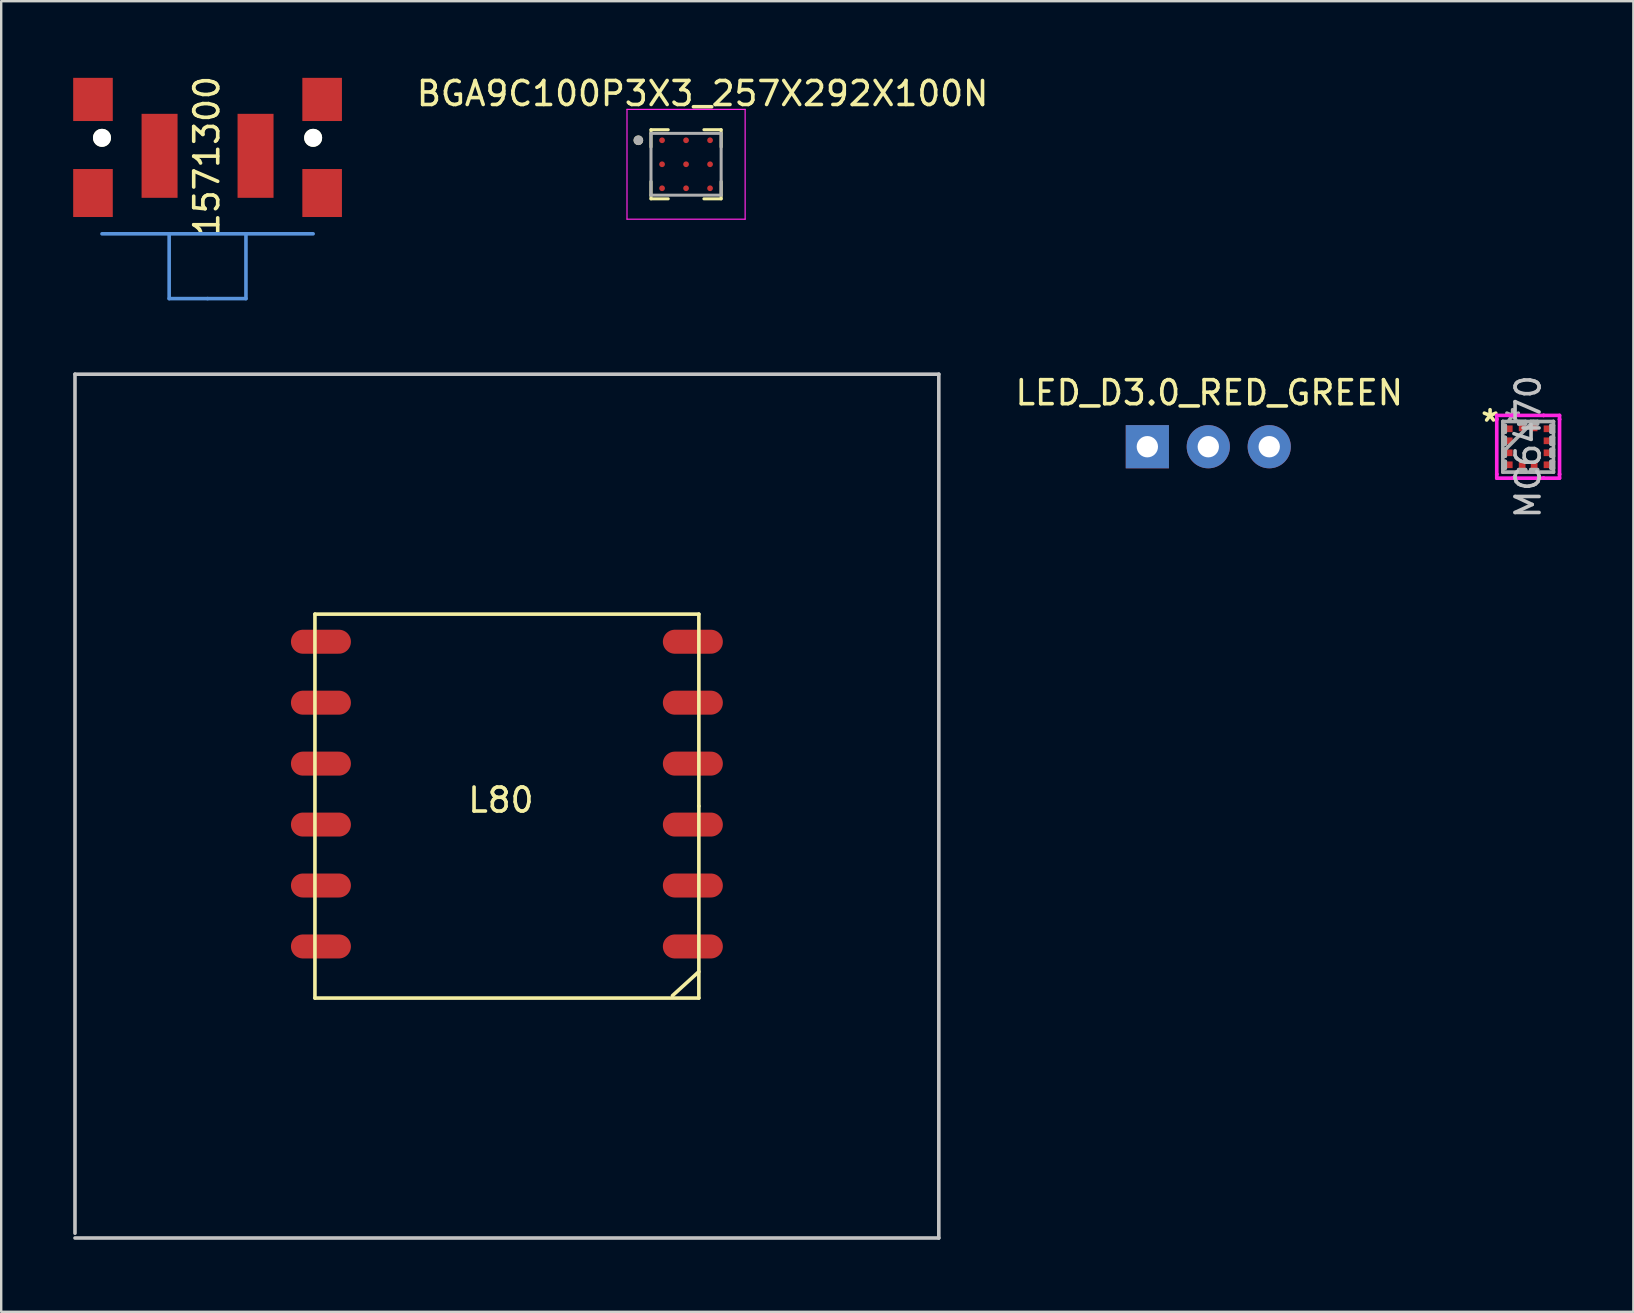
<source format=kicad_pcb>
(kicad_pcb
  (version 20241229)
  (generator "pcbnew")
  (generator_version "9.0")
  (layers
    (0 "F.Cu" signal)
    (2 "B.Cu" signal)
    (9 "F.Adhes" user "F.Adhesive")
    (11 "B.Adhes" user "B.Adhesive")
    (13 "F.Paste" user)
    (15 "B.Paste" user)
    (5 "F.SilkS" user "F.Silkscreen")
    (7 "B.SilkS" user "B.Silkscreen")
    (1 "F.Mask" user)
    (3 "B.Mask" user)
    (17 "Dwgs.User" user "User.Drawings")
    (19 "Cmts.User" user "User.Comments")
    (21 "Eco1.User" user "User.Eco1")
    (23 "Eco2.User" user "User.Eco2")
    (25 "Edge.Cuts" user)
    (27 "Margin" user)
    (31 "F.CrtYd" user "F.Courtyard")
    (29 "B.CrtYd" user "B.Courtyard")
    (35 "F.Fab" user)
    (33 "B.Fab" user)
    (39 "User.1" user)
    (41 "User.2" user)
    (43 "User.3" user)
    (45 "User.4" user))
  (footprint "MC6470"
    (layer "F.Cu")
    (at 60.636 15.57)
    (property "Reference" "MC6470" (at 0 0 90) (layer "Dwgs.User") (effects (font (size 1 1) (thickness 0.15))))
    (attr through_hole)
    (fp_line (start -1.308 -1.308) (end -0.644 -1.308) (stroke (width 0.152) (type solid)) (layer "F.CrtYd"))
    (fp_line (start -1.308 -1.144) (end -1.308 -1.308) (stroke (width 0.152) (type solid)) (layer "F.CrtYd"))
    (fp_line (start -1.308 -1.144) (end -1.308 -1.144) (stroke (width 0.152) (type solid)) (layer "F.CrtYd"))
    (fp_line (start -1.308 1.144) (end -1.308 -1.144) (stroke (width 0.152) (type solid)) (layer "F.CrtYd"))
    (fp_line (start -1.308 1.144) (end -1.308 1.144) (stroke (width 0.152) (type solid)) (layer "F.CrtYd"))
    (fp_line (start -1.308 1.308) (end -1.308 1.144) (stroke (width 0.152) (type solid)) (layer "F.CrtYd"))
    (fp_line (start -0.644 -1.308) (end -0.644 -1.308) (stroke (width 0.152) (type solid)) (layer "F.CrtYd"))
    (fp_line (start -0.644 -1.308) (end 0.644 -1.308) (stroke (width 0.152) (type solid)) (layer "F.CrtYd"))
    (fp_line (start -0.644 1.308) (end -1.308 1.308) (stroke (width 0.152) (type solid)) (layer "F.CrtYd"))
    (fp_line (start -0.644 1.308) (end -0.644 1.308) (stroke (width 0.152) (type solid)) (layer "F.CrtYd"))
    (fp_line (start 0.644 -1.308) (end 0.644 -1.308) (stroke (width 0.152) (type solid)) (layer "F.CrtYd"))
    (fp_line (start 0.644 -1.308) (end 1.308 -1.308) (stroke (width 0.152) (type solid)) (layer "F.CrtYd"))
    (fp_line (start 0.644 1.308) (end -0.644 1.308) (stroke (width 0.152) (type solid)) (layer "F.CrtYd"))
    (fp_line (start 0.644 1.308) (end 0.644 1.308) (stroke (width 0.152) (type solid)) (layer "F.CrtYd"))
    (fp_line (start 1.308 -1.308) (end 1.308 -1.144) (stroke (width 0.152) (type solid)) (layer "F.CrtYd"))
    (fp_line (start 1.308 -1.144) (end 1.308 -1.144) (stroke (width 0.152) (type solid)) (layer "F.CrtYd"))
    (fp_line (start 1.308 -1.144) (end 1.308 1.144) (stroke (width 0.152) (type solid)) (layer "F.CrtYd"))
    (fp_line (start 1.308 1.144) (end 1.308 1.144) (stroke (width 0.152) (type solid)) (layer "F.CrtYd"))
    (fp_line (start 1.308 1.144) (end 1.308 1.308) (stroke (width 0.152) (type solid)) (layer "F.CrtYd"))
    (fp_line (start 1.308 1.308) (end 0.644 1.308) (stroke (width 0.152) (type solid)) (layer "F.CrtYd"))
    (fp_line (start -1.054 -1.054) (end -1.054 -1.054) (stroke (width 0.152) (type solid)) (layer "F.Fab"))
    (fp_line (start -1.054 -1.054) (end -1.054 1.054) (stroke (width 0.152) (type solid)) (layer "F.Fab"))
    (fp_line (start -1.054 -0.89) (end -0.953 -0.89) (stroke (width 0.152) (type solid)) (layer "F.Fab"))
    (fp_line (start -1.054 -0.61) (end -1.054 -0.89) (stroke (width 0.152) (type solid)) (layer "F.Fab"))
    (fp_line (start -1.054 -0.39) (end -0.953 -0.39) (stroke (width 0.152) (type solid)) (layer "F.Fab"))
    (fp_line (start -1.054 -0.11) (end -1.054 -0.39) (stroke (width 0.152) (type solid)) (layer "F.Fab"))
    (fp_line (start -1.054 0.11) (end -0.953 0.11) (stroke (width 0.152) (type solid)) (layer "F.Fab"))
    (fp_line (start -1.054 0.216) (end 0.216 -1.054) (stroke (width 0.152) (type solid)) (layer "F.Fab"))
    (fp_line (start -1.054 0.39) (end -1.054 0.11) (stroke (width 0.152) (type solid)) (layer "F.Fab"))
    (fp_line (start -1.054 0.61) (end -0.953 0.61) (stroke (width 0.152) (type solid)) (layer "F.Fab"))
    (fp_line (start -1.054 0.89) (end -1.054 0.61) (stroke (width 0.152) (type solid)) (layer "F.Fab"))
    (fp_line (start -1.054 1.054) (end -1.054 1.054) (stroke (width 0.152) (type solid)) (layer "F.Fab"))
    (fp_line (start -1.054 1.054) (end 1.054 1.054) (stroke (width 0.152) (type solid)) (layer "F.Fab"))
    (fp_line (start -0.953 -0.89) (end -0.953 -0.61) (stroke (width 0.152) (type solid)) (layer "F.Fab"))
    (fp_line (start -0.953 -0.61) (end -1.054 -0.61) (stroke (width 0.152) (type solid)) (layer "F.Fab"))
    (fp_line (start -0.953 -0.39) (end -0.953 -0.11) (stroke (width 0.152) (type solid)) (layer "F.Fab"))
    (fp_line (start -0.953 -0.11) (end -1.054 -0.11) (stroke (width 0.152) (type solid)) (layer "F.Fab"))
    (fp_line (start -0.953 0.11) (end -0.953 0.39) (stroke (width 0.152) (type solid)) (layer "F.Fab"))
    (fp_line (start -0.953 0.39) (end -1.054 0.39) (stroke (width 0.152) (type solid)) (layer "F.Fab"))
    (fp_line (start -0.953 0.61) (end -0.953 0.89) (stroke (width 0.152) (type solid)) (layer "F.Fab"))
    (fp_line (start -0.953 0.89) (end -1.054 0.89) (stroke (width 0.152) (type solid)) (layer "F.Fab"))
    (fp_line (start -0.39 -1.054) (end -0.11 -1.054) (stroke (width 0.152) (type solid)) (layer "F.Fab"))
    (fp_line (start -0.39 -0.953) (end -0.39 -1.054) (stroke (width 0.152) (type solid)) (layer "F.Fab"))
    (fp_line (start -0.39 0.953) (end -0.11 0.953) (stroke (width 0.152) (type solid)) (layer "F.Fab"))
    (fp_line (start -0.39 1.054) (end -0.39 0.953) (stroke (width 0.152) (type solid)) (layer "F.Fab"))
    (fp_line (start -0.11 -1.054) (end -0.11 -0.953) (stroke (width 0.152) (type solid)) (layer "F.Fab"))
    (fp_line (start -0.11 -0.953) (end -0.39 -0.953) (stroke (width 0.152) (type solid)) (layer "F.Fab"))
    (fp_line (start -0.11 0.953) (end -0.11 1.054) (stroke (width 0.152) (type solid)) (layer "F.Fab"))
    (fp_line (start -0.11 1.054) (end -0.39 1.054) (stroke (width 0.152) (type solid)) (layer "F.Fab"))
    (fp_line (start 0.11 -1.054) (end 0.39 -1.054) (stroke (width 0.152) (type solid)) (layer "F.Fab"))
    (fp_line (start 0.11 -0.953) (end 0.11 -1.054) (stroke (width 0.152) (type solid)) (layer "F.Fab"))
    (fp_line (start 0.11 0.953) (end 0.39 0.953) (stroke (width 0.152) (type solid)) (layer "F.Fab"))
    (fp_line (start 0.11 1.054) (end 0.11 0.953) (stroke (width 0.152) (type solid)) (layer "F.Fab"))
    (fp_line (start 0.39 -1.054) (end 0.39 -0.953) (stroke (width 0.152) (type solid)) (layer "F.Fab"))
    (fp_line (start 0.39 -0.953) (end 0.11 -0.953) (stroke (width 0.152) (type solid)) (layer "F.Fab"))
    (fp_line (start 0.39 0.953) (end 0.39 1.054) (stroke (width 0.152) (type solid)) (layer "F.Fab"))
    (fp_line (start 0.39 1.054) (end 0.11 1.054) (stroke (width 0.152) (type solid)) (layer "F.Fab"))
    (fp_line (start 0.953 -0.89) (end 1.054 -0.89) (stroke (width 0.152) (type solid)) (layer "F.Fab"))
    (fp_line (start 0.953 -0.61) (end 0.953 -0.89) (stroke (width 0.152) (type solid)) (layer "F.Fab"))
    (fp_line (start 0.953 -0.39) (end 1.054 -0.39) (stroke (width 0.152) (type solid)) (layer "F.Fab"))
    (fp_line (start 0.953 -0.11) (end 0.953 -0.39) (stroke (width 0.152) (type solid)) (layer "F.Fab"))
    (fp_line (start 0.953 0.11) (end 1.054 0.11) (stroke (width 0.152) (type solid)) (layer "F.Fab"))
    (fp_line (start 0.953 0.39) (end 0.953 0.11) (stroke (width 0.152) (type solid)) (layer "F.Fab"))
    (fp_line (start 0.953 0.61) (end 1.054 0.61) (stroke (width 0.152) (type solid)) (layer "F.Fab"))
    (fp_line (start 0.953 0.89) (end 0.953 0.61) (stroke (width 0.152) (type solid)) (layer "F.Fab"))
    (fp_line (start 1.054 -1.054) (end -1.054 -1.054) (stroke (width 0.152) (type solid)) (layer "F.Fab"))
    (fp_line (start 1.054 -1.054) (end 1.054 -1.054) (stroke (width 0.152) (type solid)) (layer "F.Fab"))
    (fp_line (start 1.054 -0.89) (end 1.054 -0.61) (stroke (width 0.152) (type solid)) (layer "F.Fab"))
    (fp_line (start 1.054 -0.61) (end 0.953 -0.61) (stroke (width 0.152) (type solid)) (layer "F.Fab"))
    (fp_line (start 1.054 -0.39) (end 1.054 -0.11) (stroke (width 0.152) (type solid)) (layer "F.Fab"))
    (fp_line (start 1.054 -0.11) (end 0.953 -0.11) (stroke (width 0.152) (type solid)) (layer "F.Fab"))
    (fp_line (start 1.054 0.11) (end 1.054 0.39) (stroke (width 0.152) (type solid)) (layer "F.Fab"))
    (fp_line (start 1.054 0.39) (end 0.953 0.39) (stroke (width 0.152) (type solid)) (layer "F.Fab"))
    (fp_line (start 1.054 0.61) (end 1.054 0.89) (stroke (width 0.152) (type solid)) (layer "F.Fab"))
    (fp_line (start 1.054 0.89) (end 0.953 0.89) (stroke (width 0.152) (type solid)) (layer "F.Fab"))
    (fp_line (start 1.054 1.054) (end 1.054 -1.054) (stroke (width 0.152) (type solid)) (layer "F.Fab"))
    (fp_line (start 1.054 1.054) (end 1.054 1.054) (stroke (width 0.152) (type solid)) (layer "F.Fab"))
    (fp_text user "*" (at -1.587 -1 0) (layer "F.SilkS") (effects (font (size 1 1) (thickness 0.15))))
    (fp_text user "*" (at -0.648 -1 0) (layer "F.Fab") (effects (font (size 1 1) (thickness 0.15))))
    (pad "1" smd rect (at -0.8 -0.75 90) (size 0.279 0.305) (layers "F.Cu" "F.Mask" "F.Paste"))
    (pad "2" smd rect (at -0.8 -0.25 90) (size 0.279 0.305) (layers "F.Cu" "F.Mask" "F.Paste"))
    (pad "3" smd rect (at -0.8 0.25 90) (size 0.279 0.305) (layers "F.Cu" "F.Mask" "F.Paste"))
    (pad "4" smd rect (at -0.8 0.75 90) (size 0.279 0.305) (layers "F.Cu" "F.Mask" "F.Paste"))
    (pad "5" smd rect (at -0.25 0.8) (size 0.279 0.305) (layers "F.Cu" "F.Mask" "F.Paste"))
    (pad "6" smd rect (at 0.25 0.8) (size 0.279 0.305) (layers "F.Cu" "F.Mask" "F.Paste"))
    (pad "7" smd rect (at 0.8 0.75 90) (size 0.279 0.305) (layers "F.Cu" "F.Mask" "F.Paste"))
    (pad "8" smd rect (at 0.8 0.25 90) (size 0.279 0.305) (layers "F.Cu" "F.Mask" "F.Paste"))
    (pad "9" smd rect (at 0.8 -0.25 90) (size 0.279 0.305) (layers "F.Cu" "F.Mask" "F.Paste"))
    (pad "10" smd rect (at 0.8 -0.75 90) (size 0.279 0.305) (layers "F.Cu" "F.Mask" "F.Paste"))
    (pad "11" smd rect (at 0.25 -0.8) (size 0.279 0.305) (layers "F.Cu" "F.Mask" "F.Paste"))
    (pad "12" smd rect (at -0.25 -0.8) (size 0.279 0.305) (layers "F.Cu" "F.Mask" "F.Paste")))
  (footprint "L80"
    (layer "F.Cu")
    (at 18.075 30.544)
    (property "Reference" "L80" (at -0.25 -0.25 0) (layer "F.SilkS") (effects (font (size 1 1) (thickness 0.15))))
    (attr smd)
    (fp_line (start -8 -8) (end 8 -8) (stroke (width 0.15) (type solid)) (layer "F.SilkS"))
    (fp_line (start -8 8) (end -8 -8) (stroke (width 0.15) (type solid)) (layer "F.SilkS"))
    (fp_line (start 6.9 7.9) (end 8 6.9) (stroke (width 0.15) (type solid)) (layer "F.SilkS"))
    (fp_line (start 8 -8) (end 8 0) (stroke (width 0.15) (type solid)) (layer "F.SilkS"))
    (fp_line (start 8 0) (end 8 8) (stroke (width 0.15) (type solid)) (layer "F.SilkS"))
    (fp_line (start 8 8) (end -8 8) (stroke (width 0.15) (type solid)) (layer "F.SilkS"))
    (fp_line (start -18 -18) (end -18 17.8) (stroke (width 0.15) (type solid)) (layer "Dwgs.User"))
    (fp_line (start -18 18) (end 18 18) (stroke (width 0.15) (type solid)) (layer "Dwgs.User"))
    (fp_line (start 18 -18) (end -18 -18) (stroke (width 0.15) (type solid)) (layer "Dwgs.User"))
    (fp_line (start 18 18) (end 18 -18) (stroke (width 0.15) (type solid)) (layer "Dwgs.User"))
    (pad "1" smd oval (at 7.75 5.85) (size 2.5 1) (layers "F.Cu" "F.Mask" "F.Paste"))
    (pad "2" smd oval (at 7.75 3.31) (size 2.5 1) (layers "F.Cu" "F.Mask" "F.Paste"))
    (pad "3" smd oval (at 7.75 0.77) (size 2.5 1) (layers "F.Cu" "F.Mask" "F.Paste"))
    (pad "4" smd oval (at 7.75 -1.77) (size 2.5 1) (layers "F.Cu" "F.Mask" "F.Paste"))
    (pad "5" smd oval (at 7.75 -4.31) (size 2.5 1) (layers "F.Cu" "F.Mask" "F.Paste"))
    (pad "6" smd oval (at 7.75 -6.85) (size 2.5 1) (layers "F.Cu" "F.Mask" "F.Paste"))
    (pad "7" smd oval (at -7.75 -6.85) (size 2.5 1) (layers "F.Cu" "F.Mask" "F.Paste"))
    (pad "8" smd oval (at -7.75 -4.31) (size 2.5 1) (layers "F.Cu" "F.Mask" "F.Paste"))
    (pad "9" smd oval (at -7.75 -1.77) (size 2.5 1) (layers "F.Cu" "F.Mask" "F.Paste"))
    (pad "10" smd oval (at -7.75 0.77) (size 2.5 1) (layers "F.Cu" "F.Mask" "F.Paste"))
    (pad "11" smd oval (at -7.75 3.31) (size 2.5 1) (layers "F.Cu" "F.Mask" "F.Paste"))
    (pad "12" smd oval (at -7.75 5.85) (size 2.5 1) (layers "F.Cu" "F.Mask" "F.Paste")))
  (footprint "LED_D3.0_RED_GREEN"
    (layer "F.Cu")
    (at 47.306 15.567)
    (property "Reference" "LED_D3.0_RED_GREEN" (at 0.04 -2.25 0) (layer "F.SilkS") (effects (font (size 1 1) (thickness 0.15))))
    (attr through_hole)
    (pad "1" thru_hole rect (at -2.54 0) (size 1.8 1.8) (drill 0.889) (layers "*.Cu" "*.Mask"))
    (pad "2" thru_hole circle (at 0 0) (size 1.8 1.8) (drill 0.889) (layers "*.Cu" "*.Mask"))
    (pad "3" thru_hole circle (at 2.54 0) (size 1.8 1.8) (drill 0.889) (layers "*.Cu" "*.Mask")))
  (footprint "1571300"
    (layer "F.Cu")
    (at 5.6 2.694)
    (property "Reference" "1571300" (at -0.032 0.764 90) (layer "F.SilkS") (effects (font (size 1 1) (thickness 0.15))))
    (attr through_hole)
    (fp_line (start -1.6 6.7) (end -1.6 4) (stroke (width 0.15) (type solid)) (layer "Cmts.User"))
    (fp_line (start -1.6 6.7) (end 0 6.7) (stroke (width 0.15) (type solid)) (layer "Cmts.User"))
    (fp_line (start 0 6.7) (end 1.6 6.7) (stroke (width 0.15) (type solid)) (layer "Cmts.User"))
    (fp_line (start 1.6 6.7) (end 1.6 4) (stroke (width 0.15) (type solid)) (layer "Cmts.User"))
    (fp_line (start 4.4 4) (end -4.4 4) (stroke (width 0.15) (type solid)) (layer "Cmts.User"))
    (pad "" smd rect (at -4.775 -1.6) (size 1.65 1.8) (layers "F.Cu" "F.Mask" "F.Paste"))
    (pad "" smd rect (at -4.775 2.3) (size 1.65 2) (layers "F.Cu" "F.Mask" "F.Paste"))
    (pad "" np_thru_hole circle (at -4.4 0) (size 0.75 0.75) (drill 0.75) (layers "*.Cu" "*.Mask" "F.SilkS"))
    (pad "" np_thru_hole circle (at 4.4 0) (size 0.75 0.75) (drill 0.75) (layers "*.Cu" "*.Mask" "F.SilkS"))
    (pad "" smd rect (at 4.775 -1.6) (size 1.65 1.8) (layers "F.Cu" "F.Mask" "F.Paste"))
    (pad "" smd rect (at 4.775 2.3) (size 1.65 2) (layers "F.Cu" "F.Mask" "F.Paste"))
    (pad "1" smd rect (at -2 0.75) (size 1.5 3.5) (layers "F.Cu" "F.Mask" "F.Paste"))
    (pad "2" smd rect (at 2 0.75) (size 1.5 3.5) (layers "F.Cu" "F.Mask" "F.Paste")))
  (footprint "BGA9C100P3X3_257X292X100N"
    (layer "F.Cu")
    (at 25.542 3.796)
    (property "Reference" "BGA9C100P3X3_257X292X100N" (at 0.688 -2.947 0) (layer "F.SilkS") (effects (font (size 1 1) (thickness 0.15))))
    (attr through_hole)
    (fp_line (start -1.462 -1.44) (end -1.462 -0.72) (stroke (width 0.127) (type solid)) (layer "F.SilkS"))
    (fp_line (start -1.462 -1.44) (end -0.744 -1.44) (stroke (width 0.127) (type solid)) (layer "F.SilkS"))
    (fp_line (start -1.462 1.44) (end -1.462 0.72) (stroke (width 0.127) (type solid)) (layer "F.SilkS"))
    (fp_line (start -1.462 1.44) (end -0.744 1.44) (stroke (width 0.127) (type solid)) (layer "F.SilkS"))
    (fp_line (start 1.462 -1.44) (end 0.744 -1.44) (stroke (width 0.127) (type solid)) (layer "F.SilkS"))
    (fp_line (start 1.462 -1.44) (end 1.462 -0.72) (stroke (width 0.127) (type solid)) (layer "F.SilkS"))
    (fp_line (start 1.462 1.44) (end 0.744 1.44) (stroke (width 0.127) (type solid)) (layer "F.SilkS"))
    (fp_line (start 1.462 1.44) (end 1.462 0.72) (stroke (width 0.127) (type solid)) (layer "F.SilkS"))
    (fp_circle (center -1.988 -1) (end -1.887 -1) (stroke (width 0.2) (type solid)) (fill no) (layer "F.SilkS"))
    (fp_line (start -2.462 -2.288) (end 2.462 -2.288) (stroke (width 0.05) (type solid)) (layer "F.CrtYd"))
    (fp_line (start -2.462 2.288) (end -2.462 -2.288) (stroke (width 0.05) (type solid)) (layer "F.CrtYd"))
    (fp_line (start -2.462 2.288) (end 2.462 2.288) (stroke (width 0.05) (type solid)) (layer "F.CrtYd"))
    (fp_line (start 2.462 2.288) (end 2.462 -2.288) (stroke (width 0.05) (type solid)) (layer "F.CrtYd"))
    (fp_line (start -1.462 1.288) (end -1.462 -1.288) (stroke (width 0.127) (type solid)) (layer "F.Fab"))
    (fp_line (start 1.462 -1.288) (end -1.462 -1.288) (stroke (width 0.127) (type solid)) (layer "F.Fab"))
    (fp_line (start 1.462 1.288) (end -1.462 1.288) (stroke (width 0.127) (type solid)) (layer "F.Fab"))
    (fp_line (start 1.462 1.288) (end 1.462 -1.288) (stroke (width 0.127) (type solid)) (layer "F.Fab"))
    (fp_circle (center -1.988 -1) (end -1.887 -1) (stroke (width 0.2) (type solid)) (fill no) (layer "F.Fab"))
    (pad "A1" smd circle (at -1 -1) (size 0.24 0.24) (layers "F.Cu" "F.Mask" "F.Paste"))
    (pad "A2" smd circle (at 0 -1) (size 0.24 0.24) (layers "F.Cu" "F.Mask" "F.Paste"))
    (pad "A3" smd circle (at 1 -1) (size 0.24 0.24) (layers "F.Cu" "F.Mask" "F.Paste"))
    (pad "B1" smd circle (at -1 0) (size 0.24 0.24) (layers "F.Cu" "F.Mask" "F.Paste"))
    (pad "B2" smd circle (at 0 0) (size 0.24 0.24) (layers "F.Cu" "F.Mask" "F.Paste"))
    (pad "B3" smd circle (at 1 0) (size 0.24 0.24) (layers "F.Cu" "F.Mask" "F.Paste"))
    (pad "C1" smd circle (at -1 1) (size 0.24 0.24) (layers "F.Cu" "F.Mask" "F.Paste"))
    (pad "C2" smd circle (at 0 1) (size 0.24 0.24) (layers "F.Cu" "F.Mask" "F.Paste"))
    (pad "C3" smd circle (at 1 1) (size 0.24 0.24) (layers "F.Cu" "F.Mask" "F.Paste")))
  (gr_rect
    (start -3 -3)
    (end 65.021 51.619)
    (stroke (width 0.1) (type default))
    (fill no)
    (layer "Edge.Cuts")))
</source>
